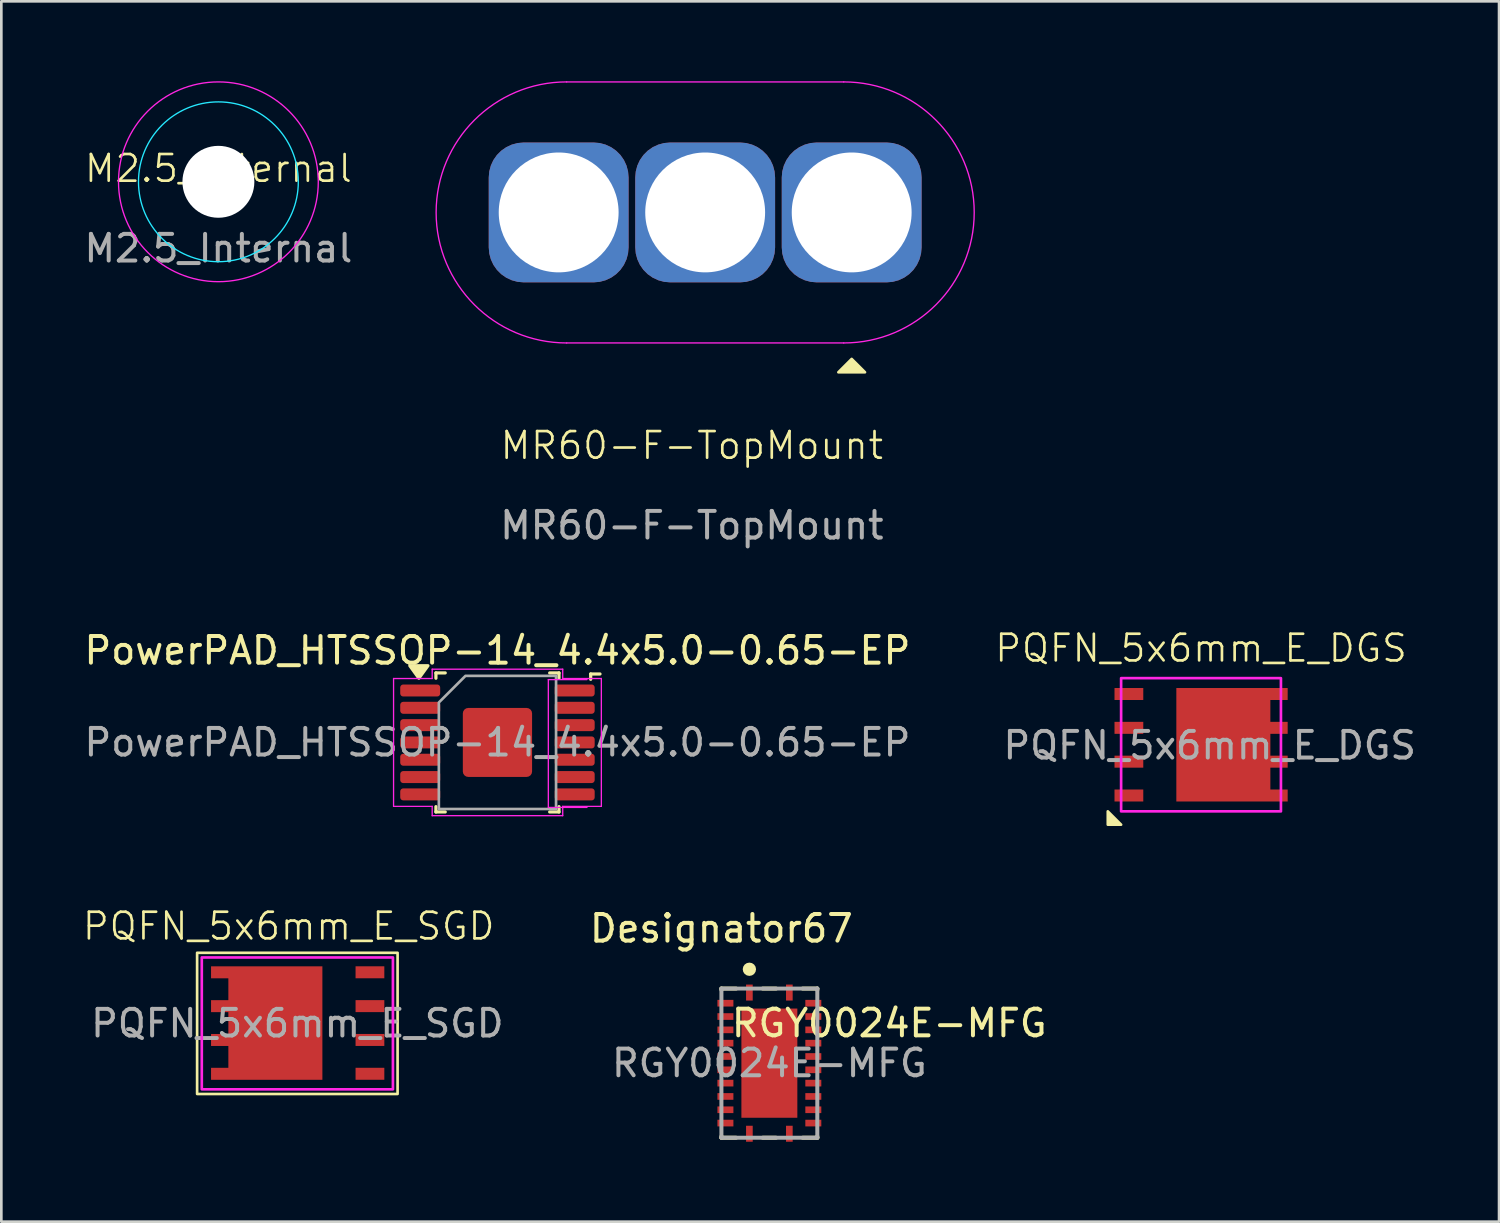
<source format=kicad_pcb>
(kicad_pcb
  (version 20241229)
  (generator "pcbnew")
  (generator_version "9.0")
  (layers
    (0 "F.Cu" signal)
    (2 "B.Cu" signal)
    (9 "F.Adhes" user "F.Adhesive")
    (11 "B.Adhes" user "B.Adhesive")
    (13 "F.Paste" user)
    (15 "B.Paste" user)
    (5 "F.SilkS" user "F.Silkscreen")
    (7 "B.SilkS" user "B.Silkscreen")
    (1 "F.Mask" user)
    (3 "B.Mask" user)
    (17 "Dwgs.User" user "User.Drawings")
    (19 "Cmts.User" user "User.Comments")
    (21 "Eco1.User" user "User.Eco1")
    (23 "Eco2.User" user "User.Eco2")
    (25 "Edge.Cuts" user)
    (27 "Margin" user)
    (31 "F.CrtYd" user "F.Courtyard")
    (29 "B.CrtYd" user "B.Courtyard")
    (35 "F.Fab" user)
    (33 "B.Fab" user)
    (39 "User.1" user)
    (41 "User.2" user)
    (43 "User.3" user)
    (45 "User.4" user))
  (footprint "PQFN_5x6mm_E_DGS"
    (layer "F.Cu")
    (at 42.038 24.909)
    (property "Reference" "PQFN_5x6mm_E_DGS" (at 0 -3.625 0) (unlocked yes) (layer "F.SilkS") (effects (font (size 1 1) (thickness 0.1))))
    (attr smd)
    (fp_poly (pts (xy -3.5 2.5) (xy -3 3) (xy -3.5 3)) (stroke (width 0.1) (type solid)) (fill yes) (layer "F.SilkS"))
    (fp_rect (start -0.927 -2.13) (end 0.625 -0.25) (stroke (width 0) (type solid)) (fill yes) (layer "F.Paste"))
    (fp_rect (start -0.927 0.25) (end 0.625 2.13) (stroke (width 0) (type solid)) (fill yes) (layer "F.Paste"))
    (fp_rect (start 1.125 -2.13) (end 2.603 -0.25) (stroke (width 0) (type solid)) (fill yes) (layer "F.Paste"))
    (fp_rect (start 1.125 0.25) (end 2.592 2.13) (stroke (width 0) (type solid)) (fill yes) (layer "F.Paste"))
    (fp_rect (start 2.375 -0.86) (end 3.252 -0.41) (stroke (width 0) (type solid)) (fill yes) (layer "F.Paste"))
    (fp_rect (start 2.375 0.41) (end 3.252 0.86) (stroke (width 0) (type solid)) (fill yes) (layer "F.Paste"))
    (fp_rect (start 2.375 1.68) (end 3.252 2.13) (stroke (width 0) (type solid)) (fill yes) (layer "F.Paste"))
    (fp_rect (start 2.5 -2.13) (end 3.252 -1.68) (stroke (width 0) (type solid)) (fill yes) (layer "F.Paste"))
    (fp_rect (start -3 -2.5) (end 3 2.5) (stroke (width 0.1) (type solid)) (fill no) (layer "F.CrtYd"))
    (fp_text user "${REFERENCE}" (at 0.325 0.025 0) (unlocked yes) (layer "F.Fab") (effects (font (size 1 1) (thickness 0.15))))
    (pad "1" smd custom (at 0.838 0 180) (size 3.53 4.26) (layers "F.Cu" "F.Mask") (options (anchor rect)) (primitives (gr_rect (start -2.415 1.68) (end -1.755 2.13) (width 0) (fill yes)) (gr_rect (start -2.415 0.41) (end -1.755 0.86) (width 0) (fill yes)) (gr_rect (start -2.415 -0.86) (end -1.755 -0.41) (width 0) (fill yes)) (gr_rect (start -2.415 -2.13) (end -1.755 -1.68) (width 0) (fill yes))))
    (pad "2" smd rect (at -2.708 1.905 180) (size 1.08 0.45) (layers "F.Cu" "F.Mask" "F.Paste"))
    (pad "3" smd rect (at -2.708 -1.905 180) (size 1.08 0.45) (layers "F.Cu" "F.Mask" "F.Paste"))
    (pad "3" smd rect (at -2.708 -0.635 180) (size 1.08 0.45) (layers "F.Cu" "F.Mask" "F.Paste"))
    (pad "3" smd rect (at -2.708 0.635 180) (size 1.08 0.45) (layers "F.Cu" "F.Mask" "F.Paste")))
  (footprint "PowerPAD_HTSSOP-14_4.4x5.0-0.65-EP"
    (layer "F.Cu")
    (at 15.625 24.822)
    (property "Reference" "PowerPAD_HTSSOP-14_4.4x5.0-0.65-EP" (at 0 -3.45 0) (layer "F.SilkS") (effects (font (size 1 1) (thickness 0.15))))
    (attr smd)
    (fp_line (start -2.31 -2.61) (end -1.96 -2.61) (stroke (width 0.12) (type solid)) (layer "F.SilkS"))
    (fp_line (start -2.31 -2.41) (end -2.31 -2.61) (stroke (width 0.12) (type solid)) (layer "F.SilkS"))
    (fp_line (start -2.31 2.61) (end -2.31 2.41) (stroke (width 0.12) (type solid)) (layer "F.SilkS"))
    (fp_line (start -1.96 2.61) (end -2.31 2.61) (stroke (width 0.12) (type solid)) (layer "F.SilkS"))
    (fp_line (start 1.96 -2.61) (end 2.31 -2.61) (stroke (width 0.12) (type solid)) (layer "F.SilkS"))
    (fp_line (start 2.31 -2.61) (end 2.31 -2.41) (stroke (width 0.12) (type solid)) (layer "F.SilkS"))
    (fp_line (start 2.31 2.41) (end 2.31 2.61) (stroke (width 0.12) (type solid)) (layer "F.SilkS"))
    (fp_line (start 2.31 2.61) (end 1.96 2.61) (stroke (width 0.12) (type solid)) (layer "F.SilkS"))
    (fp_line (start 3.5 -2.57) (end 3.85 -2.57) (stroke (width 0.12) (type solid)) (layer "F.SilkS"))
    (fp_line (start 3.5 -2.37) (end 3.5 -2.57) (stroke (width 0.12) (type solid)) (layer "F.SilkS"))
    (fp_poly (pts (xy -2.95 -2.41) (xy -3.29 -2.88) (xy -2.61 -2.88)) (stroke (width 0.12) (type solid)) (fill yes) (layer "F.SilkS"))
    (fp_line (start -3.9 -2.4) (end -2.45 -2.4) (stroke (width 0.05) (type solid)) (layer "F.CrtYd"))
    (fp_line (start -3.9 2.4) (end -3.9 -2.4) (stroke (width 0.05) (type solid)) (layer "F.CrtYd"))
    (fp_line (start -2.45 -2.75) (end 2.45 -2.75) (stroke (width 0.05) (type solid)) (layer "F.CrtYd"))
    (fp_line (start -2.45 -2.4) (end -2.45 -2.75) (stroke (width 0.05) (type solid)) (layer "F.CrtYd"))
    (fp_line (start -2.45 2.4) (end -3.9 2.4) (stroke (width 0.05) (type solid)) (layer "F.CrtYd"))
    (fp_line (start -2.45 2.75) (end -2.45 2.4) (stroke (width 0.05) (type solid)) (layer "F.CrtYd"))
    (fp_line (start 1.91 -2.36) (end 3.36 -2.36) (stroke (width 0.05) (type solid)) (layer "F.CrtYd"))
    (fp_line (start 1.91 2.44) (end 1.91 -2.36) (stroke (width 0.05) (type solid)) (layer "F.CrtYd"))
    (fp_line (start 2.45 -2.75) (end 2.45 -2.4) (stroke (width 0.05) (type solid)) (layer "F.CrtYd"))
    (fp_line (start 2.45 -2.4) (end 3.9 -2.4) (stroke (width 0.05) (type solid)) (layer "F.CrtYd"))
    (fp_line (start 2.45 2.4) (end 2.45 2.75) (stroke (width 0.05) (type solid)) (layer "F.CrtYd"))
    (fp_line (start 2.45 2.75) (end -2.45 2.75) (stroke (width 0.05) (type solid)) (layer "F.CrtYd"))
    (fp_line (start 3.36 2.44) (end 1.91 2.44) (stroke (width 0.05) (type solid)) (layer "F.CrtYd"))
    (fp_line (start 3.9 -2.4) (end 3.9 2.4) (stroke (width 0.05) (type solid)) (layer "F.CrtYd"))
    (fp_line (start 3.9 2.4) (end 2.45 2.4) (stroke (width 0.05) (type solid)) (layer "F.CrtYd"))
    (fp_poly (pts (xy -2.2 -1.5) (xy -2.2 2.5) (xy 2.2 2.5) (xy 2.2 -2.5) (xy -1.2 -2.5)) (stroke (width 0.1) (type solid)) (fill no) (layer "F.Fab"))
    (fp_text user "${REFERENCE}" (at 0 0 0) (layer "F.Fab") (effects (font (size 1 1) (thickness 0.15))))
    (pad "" smd roundrect (at -3.11 0.65) (size 1.1 0.45) (layers "F.Paste") (roundrect_rratio 0.25))
    (pad "" smd roundrect (at -3.11 1.3) (size 1.1 0.45) (layers "F.Paste") (roundrect_rratio 0.25))
    (pad "" smd roundrect (at -3.11 1.95) (size 1.1 0.45) (layers "F.Paste") (roundrect_rratio 0.25))
    (pad "" smd roundrect (at -3.1 -1.95) (size 1.1 0.45) (layers "F.Paste") (roundrect_rratio 0.25))
    (pad "" smd roundrect (at -3.1 -1.3) (size 1.1 0.45) (layers "F.Paste") (roundrect_rratio 0.25))
    (pad "" smd roundrect (at -3.1 -0.65) (size 1.1 0.45) (layers "F.Paste") (roundrect_rratio 0.25))
    (pad "" smd roundrect (at -3.1 0) (size 1.1 0.45) (layers "F.Paste") (roundrect_rratio 0.25))
    (pad "" smd roundrect (at -0.65 -0.655) (size 0.995 0.99) (layers "F.Paste") (roundrect_rratio 0.197))
    (pad "" smd roundrect (at -0.65 0.625) (size 0.995 0.99) (layers "F.Paste") (roundrect_rratio 0.197))
    (pad "" smd roundrect (at 0.652 -0.655) (size 0.995 0.99) (layers "F.Paste") (roundrect_rratio 0.197))
    (pad "" smd roundrect (at 0.652 0.625) (size 0.995 0.99) (layers "F.Paste") (roundrect_rratio 0.197))
    (pad "" smd roundrect (at 3.09 0.65) (size 1.1 0.45) (layers "F.Paste") (roundrect_rratio 0.25))
    (pad "" smd roundrect (at 3.09 1.3) (size 1.1 0.45) (layers "F.Paste") (roundrect_rratio 0.25))
    (pad "" smd roundrect (at 3.09 1.95) (size 1.1 0.45) (layers "F.Paste") (roundrect_rratio 0.25))
    (pad "" smd roundrect (at 3.1 -1.95) (size 1.1 0.45) (layers "F.Paste") (roundrect_rratio 0.25))
    (pad "" smd roundrect (at 3.1 -1.3) (size 1.1 0.45) (layers "F.Paste") (roundrect_rratio 0.25))
    (pad "" smd roundrect (at 3.1 -0.65) (size 1.1 0.45) (layers "F.Paste") (roundrect_rratio 0.25))
    (pad "" smd roundrect (at 3.1 0) (size 1.1 0.45) (layers "F.Paste") (roundrect_rratio 0.25))
    (pad "1" smd roundrect (at -2.9 -1.95) (size 1.5 0.45) (layers "F.Cu" "F.Mask") (roundrect_rratio 0.25))
    (pad "2" smd roundrect (at -2.9 -1.3) (size 1.5 0.45) (layers "F.Cu" "F.Mask") (roundrect_rratio 0.25))
    (pad "3" smd roundrect (at -2.9 -0.65) (size 1.5 0.45) (layers "F.Cu" "F.Mask") (roundrect_rratio 0.25))
    (pad "4" smd roundrect (at -2.9 0) (size 1.5 0.45) (layers "F.Cu" "F.Mask") (roundrect_rratio 0.25))
    (pad "5" smd roundrect (at -2.9 0.65) (size 1.5 0.45) (layers "F.Cu" "F.Mask") (roundrect_rratio 0.25))
    (pad "6" smd roundrect (at -2.9 1.3) (size 1.5 0.45) (layers "F.Cu" "F.Mask") (roundrect_rratio 0.25))
    (pad "7" smd roundrect (at -2.9 1.95) (size 1.5 0.45) (layers "F.Cu" "F.Mask") (roundrect_rratio 0.25))
    (pad "8" smd roundrect (at 2.9 1.95) (size 1.5 0.45) (layers "F.Cu" "F.Mask") (roundrect_rratio 0.25))
    (pad "9" smd roundrect (at 2.9 1.3) (size 1.5 0.45) (layers "F.Cu" "F.Mask") (roundrect_rratio 0.25))
    (pad "10" smd roundrect (at 2.9 0.65) (size 1.5 0.45) (layers "F.Cu" "F.Mask") (roundrect_rratio 0.25))
    (pad "11" smd roundrect (at 2.9 0) (size 1.5 0.45) (layers "F.Cu" "F.Mask") (roundrect_rratio 0.25))
    (pad "12" smd roundrect (at 2.9 -0.65) (size 1.5 0.45) (layers "F.Cu" "F.Mask") (roundrect_rratio 0.25))
    (pad "13" smd roundrect (at 2.9 -1.3) (size 1.5 0.45) (layers "F.Cu" "F.Mask") (roundrect_rratio 0.25))
    (pad "14" smd roundrect (at 2.9 -1.95) (size 1.5 0.45) (layers "F.Cu" "F.Mask") (roundrect_rratio 0.25))
    (pad "15" smd roundrect (at 0 0) (size 2.6 2.59) (layers "F.Cu" "F.Mask") (roundrect_rratio 0.079)))
  (footprint "MR60-F-TopMount"
    (layer "F.Cu")
    (at 23.423 4.925)
    (property "Reference" "MR60-F-TopMount" (at -0.5 8.75 0) (unlocked yes) (layer "F.SilkS") (effects (font (size 1 1) (thickness 0.1))))
    (attr smd)
    (fp_poly (pts (xy 5.5 5.5) (xy 5 6) (xy 6 6)) (stroke (width 0.1) (type solid)) (fill yes) (layer "F.SilkS"))
    (fp_line (start 5.2 -4.9) (end -5.2 -4.9) (stroke (width 0.05) (type default)) (layer "F.CrtYd"))
    (fp_line (start 5.2 4.9) (end -5.2 4.9) (stroke (width 0.05) (type default)) (layer "F.CrtYd"))
    (fp_arc (start -5.2 4.9) (mid -10.1 0) (end -5.2 -4.9) (stroke (width 0.05) (type default)) (layer "F.CrtYd"))
    (fp_arc (start 5.2 -4.9) (mid 10.1 0) (end 5.2 4.9) (stroke (width 0.05) (type default)) (layer "F.CrtYd"))
    (fp_text user "${REFERENCE}" (at -0.5 11.75 0) (unlocked yes) (layer "F.Fab") (effects (font (size 1 1) (thickness 0.15))))
    (pad "1" thru_hole roundrect (at 5.5 0) (size 5.25 5.25) (drill 4.5) (layers "*.Cu" "*.Mask") (roundrect_rratio 0.25))
    (pad "2" thru_hole roundrect (at 0 0) (size 5.25 5.25) (drill 4.5) (layers "*.Cu" "*.Mask") (roundrect_rratio 0.25))
    (pad "3" thru_hole roundrect (at -5.5 0) (size 5.25 5.25) (drill 4.5) (layers "*.Cu" "*.Mask") (roundrect_rratio 0.25)))
  (footprint "PQFN_5x6mm_E_SGD"
    (layer "F.Cu")
    (at 7.788 35.344)
    (property "Reference" "PQFN_5x6mm_E_SGD" (at 0 -3.625 0) (unlocked yes) (layer "F.SilkS") (effects (font (size 1 1) (thickness 0.1))))
    (attr smd)
    (fp_poly (pts (xy -2.915 1.692) (xy -2.265 1.692) (xy -2.265 0.873) (xy -2.915 0.873) (xy -2.915 0.422) (xy -2.265 0.422) (xy -2.265 -0.398) (xy -2.915 -0.398) (xy -2.915 -0.848) (xy -2.265 -0.848) (xy -2.265 -1.667) (xy -2.915 -1.667) (xy -2.915 -2.118) (xy -2.19 -2.118) (xy 1.265 -2.118) (xy 1.265 2.143) (xy -2.265 2.143) (xy -2.915 2.143)) (stroke (width 0) (type solid)) (fill yes) (layer "F.Mask"))
    (fp_rect (start -3.438 -2.625) (end 4.088 2.675) (stroke (width 0.1) (type default)) (fill no) (layer "F.SilkS"))
    (fp_poly (pts (xy -2.915 -2.118) (xy -2.265 -2.118) (xy -2.265 -1.667) (xy -2.915 -1.667)) (stroke (width 0) (type solid)) (fill yes) (layer "F.Paste"))
    (fp_poly (pts (xy -2.915 -0.848) (xy -2.265 -0.848) (xy -2.265 -0.398) (xy -2.915 -0.398)) (stroke (width 0) (type solid)) (fill yes) (layer "F.Paste"))
    (fp_poly (pts (xy -2.915 0.422) (xy -2.265 0.422) (xy -2.265 0.873) (xy -2.915 0.873)) (stroke (width 0) (type solid)) (fill yes) (layer "F.Paste"))
    (fp_poly (pts (xy -2.915 1.692) (xy -2.265 1.692) (xy -2.265 2.143) (xy -2.915 2.143)) (stroke (width 0) (type solid)) (fill yes) (layer "F.Paste"))
    (fp_poly (pts (xy -2.265 -2.118) (xy -0.765 -2.118) (xy -0.765 -0.247) (xy -2.265 -0.247)) (stroke (width 0) (type solid)) (fill yes) (layer "F.Paste"))
    (fp_poly (pts (xy -2.265 0.273) (xy -0.765 0.273) (xy -0.765 2.143) (xy -2.265 2.143)) (stroke (width 0) (type solid)) (fill yes) (layer "F.Paste"))
    (fp_poly (pts (xy -0.235 -2.118) (xy 1.265 -2.118) (xy 1.265 -0.247) (xy -0.235 -0.247)) (stroke (width 0) (type solid)) (fill yes) (layer "F.Paste"))
    (fp_poly (pts (xy -0.235 0.273) (xy 1.265 0.273) (xy 1.265 2.143) (xy -0.235 2.143)) (stroke (width 0) (type solid)) (fill yes) (layer "F.Paste"))
    (fp_rect (start -3.263 -2.45) (end 3.913 2.5) (stroke (width 0.1) (type solid)) (fill no) (layer "F.CrtYd"))
    (fp_text user "${REFERENCE}" (at 0.325 0.025 0) (unlocked yes) (layer "F.Fab") (effects (font (size 1 1) (thickness 0.15))))
    (pad "1" smd rect (at 3.05 -1.893 180) (size 1.08 0.45) (layers "F.Cu" "F.Mask" "F.Paste"))
    (pad "1" smd rect (at 3.05 -0.623 180) (size 1.08 0.45) (layers "F.Cu" "F.Mask" "F.Paste"))
    (pad "1" smd rect (at 3.05 0.647 180) (size 1.08 0.45) (layers "F.Cu" "F.Mask" "F.Paste"))
    (pad "2" smd rect (at 3.05 1.917 180) (size 1.08 0.45) (layers "F.Cu" "F.Mask" "F.Paste"))
    (pad "3" smd custom (at -0.5 0.013 180) (size 3.53 4.26) (layers "F.Cu" "F.Mask") (options (anchor rect)) (primitives (gr_rect (start 1.715 -2.13) (end 2.415 -1.68) (width 0) (fill yes)) (gr_rect (start 1.64 0.41) (end 2.415 0.86) (width 0) (fill yes)) (gr_rect (start 1.69 1.68) (end 2.415 2.13) (width 0) (fill yes)) (gr_rect (start 1.69 -0.86) (end 2.415 -0.41) (width 0) (fill yes)))))
  (footprint "RGY0024E-MFG"
    (layer "F.Cu")
    (at 25.833 36.862)
    (property "Reference" "RGY0024E-MFG" (at 4.5 -1.5 0) (unlocked yes) (layer "F.SilkS") (effects (font (size 1 1) (thickness 0.15))))
    (attr smd)
    (fp_line (start -1.8 -2.8) (end -1.25 -2.8) (stroke (width 0.15) (type solid)) (layer "F.SilkS"))
    (fp_line (start -1.8 -2.75) (end -1.8 -2.8) (stroke (width 0.15) (type solid)) (layer "F.SilkS"))
    (fp_line (start -1.8 2.8) (end -1.8 2.75) (stroke (width 0.15) (type solid)) (layer "F.SilkS"))
    (fp_line (start -1.8 2.8) (end -1.25 2.8) (stroke (width 0.15) (type solid)) (layer "F.SilkS"))
    (fp_line (start -0.25 -2.8) (end 0.25 -2.8) (stroke (width 0.15) (type solid)) (layer "F.SilkS"))
    (fp_line (start -0.25 2.8) (end 0.25 2.8) (stroke (width 0.15) (type solid)) (layer "F.SilkS"))
    (fp_line (start 1.25 -2.8) (end 1.8 -2.8) (stroke (width 0.15) (type solid)) (layer "F.SilkS"))
    (fp_line (start 1.25 2.8) (end 1.8 2.8) (stroke (width 0.15) (type solid)) (layer "F.SilkS"))
    (fp_line (start 1.8 -2.75) (end 1.8 -2.8) (stroke (width 0.15) (type solid)) (layer "F.SilkS"))
    (fp_line (start 1.8 2.8) (end 1.8 2.75) (stroke (width 0.15) (type solid)) (layer "F.SilkS"))
    (fp_circle (center -0.75 -3.525) (end -0.625 -3.525) (stroke (width 0.25) (type solid)) (fill no) (layer "F.SilkS"))
    (fp_poly (pts (xy -0.99 1.94) (xy -1.04 1.89) (xy -1.04 0.83) (xy -0.99 0.78) (xy -0.15 0.78) (xy -0.1 0.83) (xy -0.1 1.89) (xy -0.15 1.94)) (stroke (width 0) (type solid)) (fill yes) (layer "F.Paste"))
    (fp_poly (pts (xy -0.15 0.58) (xy -0.99 0.58) (xy -1.04 0.53) (xy -1.04 -0.53) (xy -0.99 -0.58) (xy -0.15 -0.58) (xy -0.1 -0.53) (xy -0.1 0.53)) (stroke (width 0) (type solid)) (fill yes) (layer "F.Paste"))
    (fp_poly (pts (xy -0.1 -0.83) (xy -0.15 -0.78) (xy -0.99 -0.78) (xy -1.04 -0.83) (xy -1.04 -1.89) (xy -0.99 -1.94) (xy -0.15 -1.94) (xy -0.1 -1.89)) (stroke (width 0) (type solid)) (fill yes) (layer "F.Paste"))
    (fp_poly (pts (xy 0.1 -0.83) (xy 0.1 -1.89) (xy 0.15 -1.94) (xy 0.99 -1.94) (xy 1.04 -1.89) (xy 1.04 -0.83) (xy 0.99 -0.78) (xy 0.15 -0.78)) (stroke (width 0) (type solid)) (fill yes) (layer "F.Paste"))
    (fp_poly (pts (xy 0.1 0.83) (xy 0.15 0.78) (xy 0.99 0.78) (xy 1.04 0.83) (xy 1.04 1.89) (xy 0.99 1.94) (xy 0.15 1.94) (xy 0.1 1.89)) (stroke (width 0) (type solid)) (fill yes) (layer "F.Paste"))
    (fp_poly (pts (xy 1.04 0.53) (xy 0.99 0.58) (xy 0.15 0.58) (xy 0.1 0.53) (xy 0.1 -0.53) (xy 0.15 -0.58) (xy 0.99 -0.58) (xy 1.04 -0.53)) (stroke (width 0) (type solid)) (fill yes) (layer "F.Paste"))
    (fp_line (start -1.8 -2.8) (end 1.8 -2.8) (stroke (width 0.15) (type solid)) (layer "F.Fab"))
    (fp_line (start -1.8 2.8) (end -1.8 -2.8) (stroke (width 0.15) (type solid)) (layer "F.Fab"))
    (fp_line (start -1.8 2.8) (end 1.8 2.8) (stroke (width 0.15) (type solid)) (layer "F.Fab"))
    (fp_line (start 1.8 2.8) (end 1.8 -2.8) (stroke (width 0.15) (type solid)) (layer "F.Fab"))
    (fp_text user "Designator67" (at -1.803 -5.055 0) (unlocked yes) (layer "F.SilkS") (effects (font (size 1 1) (thickness 0.15))))
    (fp_text user "${REFERENCE}" (at 0 0 0) (unlocked yes) (layer "F.Fab") (effects (font (size 1 1) (thickness 0.15))))
    (pad "1" smd rect (at -0.75 -2.65) (size 0.25 0.6) (layers "F.Cu" "F.Mask" "F.Paste"))
    (pad "2" smd rect (at -1.65 -2.25 90) (size 0.25 0.6) (layers "F.Cu" "F.Mask" "F.Paste"))
    (pad "3" smd rect (at -1.65 -1.75 90) (size 0.25 0.6) (layers "F.Cu" "F.Mask" "F.Paste"))
    (pad "4" smd rect (at -1.65 -1.25 90) (size 0.25 0.6) (layers "F.Cu" "F.Mask" "F.Paste"))
    (pad "5" smd rect (at -1.65 -0.75 90) (size 0.25 0.6) (layers "F.Cu" "F.Mask" "F.Paste"))
    (pad "6" smd rect (at -1.65 -0.25 90) (size 0.25 0.6) (layers "F.Cu" "F.Mask" "F.Paste"))
    (pad "7" smd rect (at -1.65 0.25 90) (size 0.25 0.6) (layers "F.Cu" "F.Mask" "F.Paste"))
    (pad "8" smd rect (at -1.65 0.75 90) (size 0.25 0.6) (layers "F.Cu" "F.Mask" "F.Paste"))
    (pad "9" smd rect (at -1.65 1.25 90) (size 0.25 0.6) (layers "F.Cu" "F.Mask" "F.Paste"))
    (pad "10" smd rect (at -1.65 1.75 90) (size 0.25 0.6) (layers "F.Cu" "F.Mask" "F.Paste"))
    (pad "11" smd rect (at -1.65 2.25 90) (size 0.25 0.6) (layers "F.Cu" "F.Mask" "F.Paste"))
    (pad "12" smd rect (at -0.75 2.65) (size 0.25 0.6) (layers "F.Cu" "F.Mask" "F.Paste"))
    (pad "13" smd rect (at 0.75 2.65) (size 0.25 0.6) (layers "F.Cu" "F.Mask" "F.Paste"))
    (pad "14" smd rect (at 1.65 2.25 90) (size 0.25 0.6) (layers "F.Cu" "F.Mask" "F.Paste"))
    (pad "15" smd rect (at 1.65 1.75 90) (size 0.25 0.6) (layers "F.Cu" "F.Mask" "F.Paste"))
    (pad "16" smd rect (at 1.65 1.25 90) (size 0.25 0.6) (layers "F.Cu" "F.Mask" "F.Paste"))
    (pad "17" smd rect (at 1.65 0.75 90) (size 0.25 0.6) (layers "F.Cu" "F.Mask" "F.Paste"))
    (pad "18" smd rect (at 1.65 0.25 90) (size 0.25 0.6) (layers "F.Cu" "F.Mask" "F.Paste"))
    (pad "19" smd rect (at 1.65 -0.25 90) (size 0.25 0.6) (layers "F.Cu" "F.Mask" "F.Paste"))
    (pad "20" smd rect (at 1.65 -0.75 90) (size 0.25 0.6) (layers "F.Cu" "F.Mask" "F.Paste"))
    (pad "21" smd rect (at 1.65 -1.25 90) (size 0.25 0.6) (layers "F.Cu" "F.Mask" "F.Paste"))
    (pad "22" smd rect (at 1.65 -1.75 90) (size 0.25 0.6) (layers "F.Cu" "F.Mask" "F.Paste"))
    (pad "23" smd rect (at 1.65 -2.25 90) (size 0.25 0.6) (layers "F.Cu" "F.Mask" "F.Paste"))
    (pad "24" smd rect (at 0.75 -2.65) (size 0.25 0.6) (layers "F.Cu" "F.Mask" "F.Paste"))
    (pad "25" smd rect (at 0 0) (size 2.1 4.1) (layers "F.Cu" "F.Mask")))
  (footprint "M2.5_Internal"
    (layer "F.Cu")
    (at 5.149 3.775)
    (property "Reference" "M2.5_Internal" (at 0 -0.5 0) (unlocked yes) (layer "F.SilkS") (effects (font (size 1 1) (thickness 0.1))))
    (attr smd)
    (fp_circle (center 0 0) (end 3 0) (stroke (width 0.05) (type default)) (fill no) (layer "B.CrtYd"))
    (fp_circle (center 0 0) (end 3.75 0) (stroke (width 0.05) (type default)) (fill no) (layer "F.CrtYd"))
    (fp_text user "${REFERENCE}" (at 0 2.5 0) (unlocked yes) (layer "F.Fab") (effects (font (size 1 1) (thickness 0.15))))
    (pad "" np_thru_hole circle (at 0 0) (size 2.7 2.7) (drill 2.7) (layers "*.Cu" "*.Mask")))
  (gr_rect
    (start -3 -3)
    (end 53.226 42.812)
    (stroke (width 0.1) (type default))
    (fill no)
    (layer "Edge.Cuts")))
</source>
